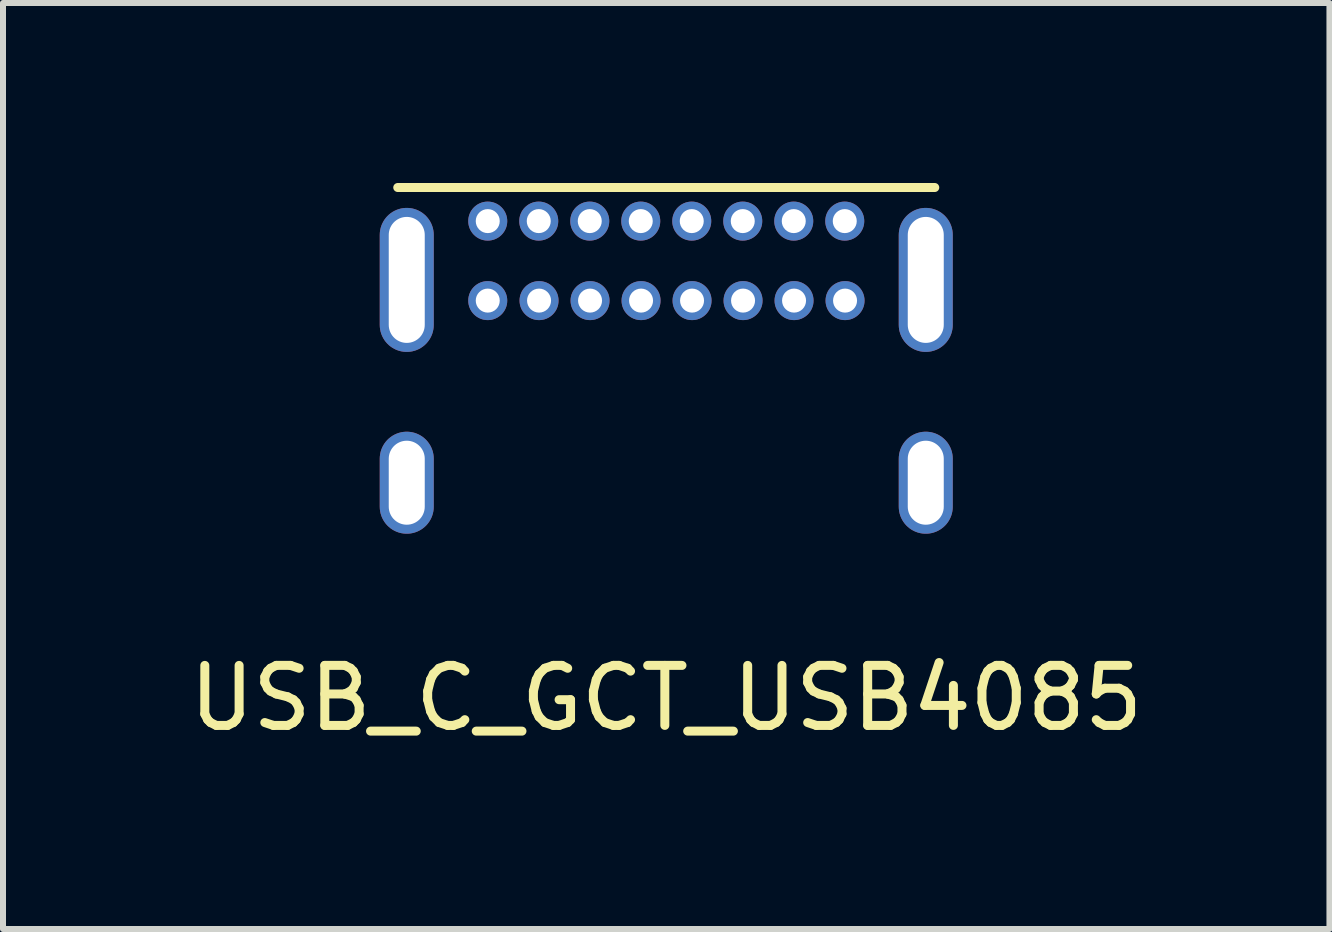
<source format=kicad_pcb>
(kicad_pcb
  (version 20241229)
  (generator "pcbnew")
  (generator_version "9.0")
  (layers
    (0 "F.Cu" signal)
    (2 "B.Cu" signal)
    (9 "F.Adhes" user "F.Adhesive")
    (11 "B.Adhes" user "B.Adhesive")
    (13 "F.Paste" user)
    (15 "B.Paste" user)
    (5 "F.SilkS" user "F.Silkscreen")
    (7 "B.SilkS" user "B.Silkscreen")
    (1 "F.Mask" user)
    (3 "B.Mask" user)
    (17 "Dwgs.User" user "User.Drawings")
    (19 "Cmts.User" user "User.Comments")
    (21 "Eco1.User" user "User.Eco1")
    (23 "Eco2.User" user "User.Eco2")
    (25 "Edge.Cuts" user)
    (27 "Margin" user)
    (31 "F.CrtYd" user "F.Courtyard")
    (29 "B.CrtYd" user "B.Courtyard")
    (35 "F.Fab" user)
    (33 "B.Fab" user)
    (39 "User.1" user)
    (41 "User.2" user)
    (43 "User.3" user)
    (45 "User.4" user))
  (footprint "USB_C_GCT_USB4085"
    (layer "F.Cu")
    (at 8.054 6.735)
    (property "Reference" "USB_C_GCT_USB4085" (at 0 1.85 180) (layer "F.SilkS") (effects (font (size 1 1) (thickness 0.15))))
    (attr through_hole)
    (fp_line (start -4.475 -6.66) (end 4.475 -6.66) (stroke (width 0.15) (type solid)) (layer "F.SilkS"))
    (pad "A1" thru_hole circle (at -2.975 -6.1) (size 0.65 0.65) (drill 0.4) (layers "*.Cu" "*.Mask"))
    (pad "A4" thru_hole circle (at -2.125 -6.1) (size 0.65 0.65) (drill 0.4) (layers "*.Cu" "*.Mask"))
    (pad "A5" thru_hole circle (at -1.275 -6.1) (size 0.65 0.65) (drill 0.4) (layers "*.Cu" "*.Mask"))
    (pad "A6" thru_hole circle (at -0.425 -6.1) (size 0.65 0.65) (drill 0.4) (layers "*.Cu" "*.Mask"))
    (pad "A7" thru_hole circle (at 0.425 -6.1) (size 0.65 0.65) (drill 0.4) (layers "*.Cu" "*.Mask"))
    (pad "A8" thru_hole circle (at 1.275 -6.1) (size 0.65 0.65) (drill 0.4) (layers "*.Cu" "*.Mask"))
    (pad "A9" thru_hole circle (at 2.125 -6.1) (size 0.65 0.65) (drill 0.4) (layers "*.Cu" "*.Mask"))
    (pad "A12" thru_hole circle (at 2.975 -6.1) (size 0.65 0.65) (drill 0.4) (layers "*.Cu" "*.Mask"))
    (pad "B1" thru_hole circle (at 2.98 -4.775) (size 0.65 0.65) (drill 0.4) (layers "*.Cu" "*.Mask"))
    (pad "B4" thru_hole circle (at 2.13 -4.775) (size 0.65 0.65) (drill 0.4) (layers "*.Cu" "*.Mask"))
    (pad "B5" thru_hole circle (at 1.28 -4.775) (size 0.65 0.65) (drill 0.4) (layers "*.Cu" "*.Mask"))
    (pad "B6" thru_hole circle (at 0.43 -4.775) (size 0.65 0.65) (drill 0.4) (layers "*.Cu" "*.Mask"))
    (pad "B7" thru_hole circle (at -0.42 -4.775) (size 0.65 0.65) (drill 0.4) (layers "*.Cu" "*.Mask"))
    (pad "B8" thru_hole circle (at -1.27 -4.775) (size 0.65 0.65) (drill 0.4) (layers "*.Cu" "*.Mask"))
    (pad "B9" thru_hole circle (at -2.12 -4.775) (size 0.65 0.65) (drill 0.4) (layers "*.Cu" "*.Mask"))
    (pad "B12" thru_hole circle (at -2.975 -4.775) (size 0.65 0.65) (drill 0.4) (layers "*.Cu" "*.Mask"))
    (pad "S1" thru_hole oval (at -4.325 -5.12) (size 0.9 2.4) (drill oval 0.6 2.1) (layers "*.Cu" "*.Mask"))
    (pad "S1" thru_hole oval (at -4.325 -1.74) (size 0.9 1.7) (drill oval 0.6 1.4) (layers "*.Cu" "*.Mask"))
    (pad "S1" thru_hole oval (at 4.325 -5.12) (size 0.9 2.4) (drill oval 0.6 2.1) (layers "*.Cu" "*.Mask"))
    (pad "S1" thru_hole oval (at 4.325 -1.74) (size 0.9 1.7) (drill oval 0.6 1.4) (layers "*.Cu" "*.Mask")))
  (gr_rect
    (start -3 -3)
    (end 19.107 12.433)
    (stroke (width 0.1) (type default))
    (fill no)
    (layer "Edge.Cuts")))
</source>
